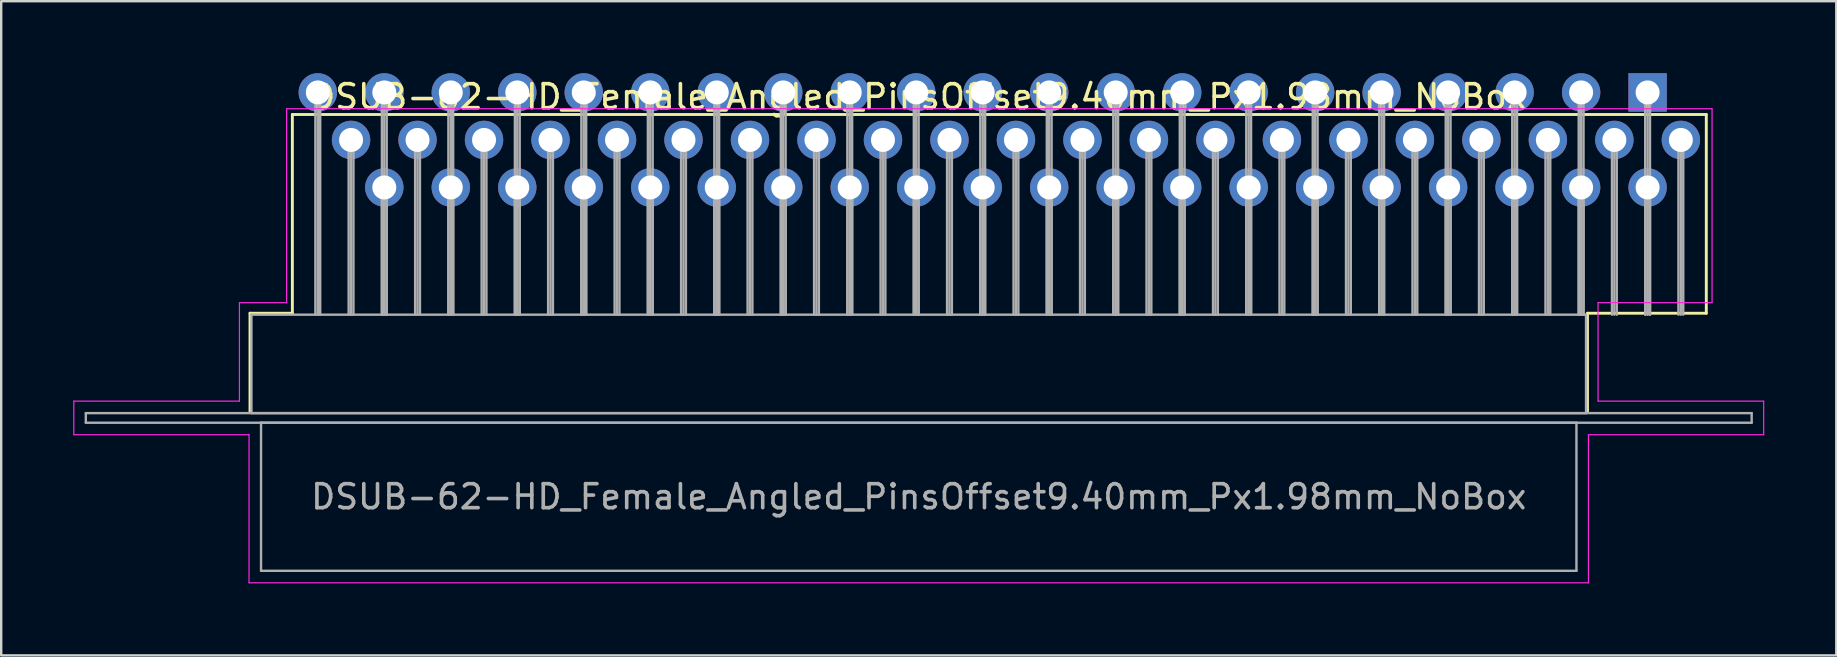
<source format=kicad_pcb>
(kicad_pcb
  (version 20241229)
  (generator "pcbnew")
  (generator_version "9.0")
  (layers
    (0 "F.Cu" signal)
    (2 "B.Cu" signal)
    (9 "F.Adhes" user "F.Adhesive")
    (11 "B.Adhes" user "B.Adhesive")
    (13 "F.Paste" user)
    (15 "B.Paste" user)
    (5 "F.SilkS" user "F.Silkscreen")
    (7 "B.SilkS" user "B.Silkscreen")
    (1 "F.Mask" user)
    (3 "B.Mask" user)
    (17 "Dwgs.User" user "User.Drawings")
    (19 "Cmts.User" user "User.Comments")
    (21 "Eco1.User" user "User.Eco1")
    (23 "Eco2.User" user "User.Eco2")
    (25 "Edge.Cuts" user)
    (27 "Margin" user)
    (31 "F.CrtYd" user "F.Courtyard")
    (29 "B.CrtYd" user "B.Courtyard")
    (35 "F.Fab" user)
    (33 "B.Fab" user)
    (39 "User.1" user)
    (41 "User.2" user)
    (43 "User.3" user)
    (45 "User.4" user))
  (footprint "DSUB-62-HD_Female_Angled_PinsOffset9.40mm_Px1.98mm_NoBox"
    (layer "F.Cu")
    (at 65.59 0.8)
    (property "Reference" "DSUB-62-HD_Female_Angled_PinsOffset9.40mm_Px1.98mm_NoBox" (at -30.365 0.18 0) (layer "F.SilkS") (effects (font (size 1 1) (thickness 0.15))))
    (attr through_hole)
    (fp_line (start -58.225 9.2) (end -56.46 9.2) (stroke (width 0.12) (type solid)) (layer "F.SilkS"))
    (fp_line (start -58.225 13.3) (end -58.225 9.2) (stroke (width 0.12) (type solid)) (layer "F.SilkS"))
    (fp_line (start -56.46 0.92) (end 2.445 0.92) (stroke (width 0.12) (type solid)) (layer "F.SilkS"))
    (fp_line (start -56.46 9.2) (end -56.46 0.92) (stroke (width 0.12) (type solid)) (layer "F.SilkS"))
    (fp_line (start -2.505 9.2) (end -2.505 13.3) (stroke (width 0.12) (type solid)) (layer "F.SilkS"))
    (fp_line (start -0.25 0.226) (end 0.25 0.226) (stroke (width 0.12) (type solid)) (layer "F.SilkS"))
    (fp_line (start 0 0.659) (end -0.25 0.226) (stroke (width 0.12) (type solid)) (layer "F.SilkS"))
    (fp_line (start 0.25 0.226) (end 0 0.659) (stroke (width 0.12) (type solid)) (layer "F.SilkS"))
    (fp_line (start 2.445 0.92) (end 2.445 9.2) (stroke (width 0.12) (type solid)) (layer "F.SilkS"))
    (fp_line (start 2.445 9.2) (end -2.505 9.2) (stroke (width 0.12) (type solid)) (layer "F.SilkS"))
    (fp_line (start -65.565 12.86) (end -58.665 12.86) (stroke (width 0.05) (type solid)) (layer "F.CrtYd"))
    (fp_line (start -65.565 14.26) (end -65.565 12.86) (stroke (width 0.05) (type solid)) (layer "F.CrtYd"))
    (fp_line (start -58.665 8.76) (end -56.7 8.76) (stroke (width 0.05) (type solid)) (layer "F.CrtYd"))
    (fp_line (start -58.665 12.86) (end -58.665 8.76) (stroke (width 0.05) (type solid)) (layer "F.CrtYd"))
    (fp_line (start -58.265 14.26) (end -65.565 14.26) (stroke (width 0.05) (type solid)) (layer "F.CrtYd"))
    (fp_line (start -58.265 20.43) (end -58.265 14.26) (stroke (width 0.05) (type solid)) (layer "F.CrtYd"))
    (fp_line (start -56.7 0.68) (end 2.685 0.68) (stroke (width 0.05) (type solid)) (layer "F.CrtYd"))
    (fp_line (start -56.7 8.76) (end -56.7 0.68) (stroke (width 0.05) (type solid)) (layer "F.CrtYd"))
    (fp_line (start -2.465 14.26) (end -2.465 20.43) (stroke (width 0.05) (type solid)) (layer "F.CrtYd"))
    (fp_line (start -2.465 20.43) (end -58.265 20.43) (stroke (width 0.05) (type solid)) (layer "F.CrtYd"))
    (fp_line (start -2.065 8.76) (end -2.065 12.86) (stroke (width 0.05) (type solid)) (layer "F.CrtYd"))
    (fp_line (start -2.065 12.86) (end 4.835 12.86) (stroke (width 0.05) (type solid)) (layer "F.CrtYd"))
    (fp_line (start 2.685 0.68) (end 2.685 8.76) (stroke (width 0.05) (type solid)) (layer "F.CrtYd"))
    (fp_line (start 2.685 8.76) (end -2.065 8.76) (stroke (width 0.05) (type solid)) (layer "F.CrtYd"))
    (fp_line (start 4.835 12.86) (end 4.835 14.26) (stroke (width 0.05) (type solid)) (layer "F.CrtYd"))
    (fp_line (start 4.835 14.26) (end -2.465 14.26) (stroke (width 0.05) (type solid)) (layer "F.CrtYd"))
    (fp_line (start -65.065 13.36) (end -65.065 13.76) (stroke (width 0.1) (type solid)) (layer "F.Fab"))
    (fp_line (start -65.065 13.76) (end 4.335 13.76) (stroke (width 0.1) (type solid)) (layer "F.Fab"))
    (fp_line (start -58.165 9.26) (end -58.165 13.36) (stroke (width 0.1) (type solid)) (layer "F.Fab"))
    (fp_line (start -58.165 13.36) (end -2.565 13.36) (stroke (width 0.1) (type solid)) (layer "F.Fab"))
    (fp_line (start -57.765 13.76) (end -57.765 19.93) (stroke (width 0.1) (type solid)) (layer "F.Fab"))
    (fp_line (start -57.765 19.93) (end -2.965 19.93) (stroke (width 0.1) (type solid)) (layer "F.Fab"))
    (fp_line (start -55.5 0) (end -55.5 9.26) (stroke (width 0.1) (type solid)) (layer "F.Fab"))
    (fp_line (start -55.4 0) (end -55.4 9.26) (stroke (width 0.1) (type solid)) (layer "F.Fab"))
    (fp_line (start -55.3 0) (end -55.3 9.26) (stroke (width 0.1) (type solid)) (layer "F.Fab"))
    (fp_line (start -54.115 1.98) (end -54.115 9.26) (stroke (width 0.1) (type solid)) (layer "F.Fab"))
    (fp_line (start -54.015 1.98) (end -54.015 9.26) (stroke (width 0.1) (type solid)) (layer "F.Fab"))
    (fp_line (start -53.915 1.98) (end -53.915 9.26) (stroke (width 0.1) (type solid)) (layer "F.Fab"))
    (fp_line (start -52.73 0) (end -52.73 9.26) (stroke (width 0.1) (type solid)) (layer "F.Fab"))
    (fp_line (start -52.73 3.96) (end -52.73 9.26) (stroke (width 0.1) (type solid)) (layer "F.Fab"))
    (fp_line (start -52.63 0) (end -52.63 9.26) (stroke (width 0.1) (type solid)) (layer "F.Fab"))
    (fp_line (start -52.63 3.96) (end -52.63 9.26) (stroke (width 0.1) (type solid)) (layer "F.Fab"))
    (fp_line (start -52.53 0) (end -52.53 9.26) (stroke (width 0.1) (type solid)) (layer "F.Fab"))
    (fp_line (start -52.53 3.96) (end -52.53 9.26) (stroke (width 0.1) (type solid)) (layer "F.Fab"))
    (fp_line (start -51.345 1.98) (end -51.345 9.26) (stroke (width 0.1) (type solid)) (layer "F.Fab"))
    (fp_line (start -51.245 1.98) (end -51.245 9.26) (stroke (width 0.1) (type solid)) (layer "F.Fab"))
    (fp_line (start -51.145 1.98) (end -51.145 9.26) (stroke (width 0.1) (type solid)) (layer "F.Fab"))
    (fp_line (start -49.96 0) (end -49.96 9.26) (stroke (width 0.1) (type solid)) (layer "F.Fab"))
    (fp_line (start -49.96 3.96) (end -49.96 9.26) (stroke (width 0.1) (type solid)) (layer "F.Fab"))
    (fp_line (start -49.86 0) (end -49.86 9.26) (stroke (width 0.1) (type solid)) (layer "F.Fab"))
    (fp_line (start -49.86 3.96) (end -49.86 9.26) (stroke (width 0.1) (type solid)) (layer "F.Fab"))
    (fp_line (start -49.76 0) (end -49.76 9.26) (stroke (width 0.1) (type solid)) (layer "F.Fab"))
    (fp_line (start -49.76 3.96) (end -49.76 9.26) (stroke (width 0.1) (type solid)) (layer "F.Fab"))
    (fp_line (start -48.575 1.98) (end -48.575 9.26) (stroke (width 0.1) (type solid)) (layer "F.Fab"))
    (fp_line (start -48.475 1.98) (end -48.475 9.26) (stroke (width 0.1) (type solid)) (layer "F.Fab"))
    (fp_line (start -48.375 1.98) (end -48.375 9.26) (stroke (width 0.1) (type solid)) (layer "F.Fab"))
    (fp_line (start -47.19 0) (end -47.19 9.26) (stroke (width 0.1) (type solid)) (layer "F.Fab"))
    (fp_line (start -47.19 3.96) (end -47.19 9.26) (stroke (width 0.1) (type solid)) (layer "F.Fab"))
    (fp_line (start -47.09 0) (end -47.09 9.26) (stroke (width 0.1) (type solid)) (layer "F.Fab"))
    (fp_line (start -47.09 3.96) (end -47.09 9.26) (stroke (width 0.1) (type solid)) (layer "F.Fab"))
    (fp_line (start -46.99 0) (end -46.99 9.26) (stroke (width 0.1) (type solid)) (layer "F.Fab"))
    (fp_line (start -46.99 3.96) (end -46.99 9.26) (stroke (width 0.1) (type solid)) (layer "F.Fab"))
    (fp_line (start -45.805 1.98) (end -45.805 9.26) (stroke (width 0.1) (type solid)) (layer "F.Fab"))
    (fp_line (start -45.705 1.98) (end -45.705 9.26) (stroke (width 0.1) (type solid)) (layer "F.Fab"))
    (fp_line (start -45.605 1.98) (end -45.605 9.26) (stroke (width 0.1) (type solid)) (layer "F.Fab"))
    (fp_line (start -44.42 0) (end -44.42 9.26) (stroke (width 0.1) (type solid)) (layer "F.Fab"))
    (fp_line (start -44.42 3.96) (end -44.42 9.26) (stroke (width 0.1) (type solid)) (layer "F.Fab"))
    (fp_line (start -44.32 0) (end -44.32 9.26) (stroke (width 0.1) (type solid)) (layer "F.Fab"))
    (fp_line (start -44.32 3.96) (end -44.32 9.26) (stroke (width 0.1) (type solid)) (layer "F.Fab"))
    (fp_line (start -44.22 0) (end -44.22 9.26) (stroke (width 0.1) (type solid)) (layer "F.Fab"))
    (fp_line (start -44.22 3.96) (end -44.22 9.26) (stroke (width 0.1) (type solid)) (layer "F.Fab"))
    (fp_line (start -43.035 1.98) (end -43.035 9.26) (stroke (width 0.1) (type solid)) (layer "F.Fab"))
    (fp_line (start -42.935 1.98) (end -42.935 9.26) (stroke (width 0.1) (type solid)) (layer "F.Fab"))
    (fp_line (start -42.835 1.98) (end -42.835 9.26) (stroke (width 0.1) (type solid)) (layer "F.Fab"))
    (fp_line (start -41.65 0) (end -41.65 9.26) (stroke (width 0.1) (type solid)) (layer "F.Fab"))
    (fp_line (start -41.65 3.96) (end -41.65 9.26) (stroke (width 0.1) (type solid)) (layer "F.Fab"))
    (fp_line (start -41.55 0) (end -41.55 9.26) (stroke (width 0.1) (type solid)) (layer "F.Fab"))
    (fp_line (start -41.55 3.96) (end -41.55 9.26) (stroke (width 0.1) (type solid)) (layer "F.Fab"))
    (fp_line (start -41.45 0) (end -41.45 9.26) (stroke (width 0.1) (type solid)) (layer "F.Fab"))
    (fp_line (start -41.45 3.96) (end -41.45 9.26) (stroke (width 0.1) (type solid)) (layer "F.Fab"))
    (fp_line (start -40.265 1.98) (end -40.265 9.26) (stroke (width 0.1) (type solid)) (layer "F.Fab"))
    (fp_line (start -40.165 1.98) (end -40.165 9.26) (stroke (width 0.1) (type solid)) (layer "F.Fab"))
    (fp_line (start -40.065 1.98) (end -40.065 9.26) (stroke (width 0.1) (type solid)) (layer "F.Fab"))
    (fp_line (start -38.88 0) (end -38.88 9.26) (stroke (width 0.1) (type solid)) (layer "F.Fab"))
    (fp_line (start -38.88 3.96) (end -38.88 9.26) (stroke (width 0.1) (type solid)) (layer "F.Fab"))
    (fp_line (start -38.78 0) (end -38.78 9.26) (stroke (width 0.1) (type solid)) (layer "F.Fab"))
    (fp_line (start -38.78 3.96) (end -38.78 9.26) (stroke (width 0.1) (type solid)) (layer "F.Fab"))
    (fp_line (start -38.68 0) (end -38.68 9.26) (stroke (width 0.1) (type solid)) (layer "F.Fab"))
    (fp_line (start -38.68 3.96) (end -38.68 9.26) (stroke (width 0.1) (type solid)) (layer "F.Fab"))
    (fp_line (start -37.495 1.98) (end -37.495 9.26) (stroke (width 0.1) (type solid)) (layer "F.Fab"))
    (fp_line (start -37.395 1.98) (end -37.395 9.26) (stroke (width 0.1) (type solid)) (layer "F.Fab"))
    (fp_line (start -37.295 1.98) (end -37.295 9.26) (stroke (width 0.1) (type solid)) (layer "F.Fab"))
    (fp_line (start -36.11 0) (end -36.11 9.26) (stroke (width 0.1) (type solid)) (layer "F.Fab"))
    (fp_line (start -36.11 3.96) (end -36.11 9.26) (stroke (width 0.1) (type solid)) (layer "F.Fab"))
    (fp_line (start -36.01 0) (end -36.01 9.26) (stroke (width 0.1) (type solid)) (layer "F.Fab"))
    (fp_line (start -36.01 3.96) (end -36.01 9.26) (stroke (width 0.1) (type solid)) (layer "F.Fab"))
    (fp_line (start -35.91 0) (end -35.91 9.26) (stroke (width 0.1) (type solid)) (layer "F.Fab"))
    (fp_line (start -35.91 3.96) (end -35.91 9.26) (stroke (width 0.1) (type solid)) (layer "F.Fab"))
    (fp_line (start -34.725 1.98) (end -34.725 9.26) (stroke (width 0.1) (type solid)) (layer "F.Fab"))
    (fp_line (start -34.625 1.98) (end -34.625 9.26) (stroke (width 0.1) (type solid)) (layer "F.Fab"))
    (fp_line (start -34.525 1.98) (end -34.525 9.26) (stroke (width 0.1) (type solid)) (layer "F.Fab"))
    (fp_line (start -33.34 0) (end -33.34 9.26) (stroke (width 0.1) (type solid)) (layer "F.Fab"))
    (fp_line (start -33.34 3.96) (end -33.34 9.26) (stroke (width 0.1) (type solid)) (layer "F.Fab"))
    (fp_line (start -33.24 0) (end -33.24 9.26) (stroke (width 0.1) (type solid)) (layer "F.Fab"))
    (fp_line (start -33.24 3.96) (end -33.24 9.26) (stroke (width 0.1) (type solid)) (layer "F.Fab"))
    (fp_line (start -33.14 0) (end -33.14 9.26) (stroke (width 0.1) (type solid)) (layer "F.Fab"))
    (fp_line (start -33.14 3.96) (end -33.14 9.26) (stroke (width 0.1) (type solid)) (layer "F.Fab"))
    (fp_line (start -31.955 1.98) (end -31.955 9.26) (stroke (width 0.1) (type solid)) (layer "F.Fab"))
    (fp_line (start -31.855 1.98) (end -31.855 9.26) (stroke (width 0.1) (type solid)) (layer "F.Fab"))
    (fp_line (start -31.755 1.98) (end -31.755 9.26) (stroke (width 0.1) (type solid)) (layer "F.Fab"))
    (fp_line (start -30.57 0) (end -30.57 9.26) (stroke (width 0.1) (type solid)) (layer "F.Fab"))
    (fp_line (start -30.57 3.96) (end -30.57 9.26) (stroke (width 0.1) (type solid)) (layer "F.Fab"))
    (fp_line (start -30.47 0) (end -30.47 9.26) (stroke (width 0.1) (type solid)) (layer "F.Fab"))
    (fp_line (start -30.47 3.96) (end -30.47 9.26) (stroke (width 0.1) (type solid)) (layer "F.Fab"))
    (fp_line (start -30.37 0) (end -30.37 9.26) (stroke (width 0.1) (type solid)) (layer "F.Fab"))
    (fp_line (start -30.37 3.96) (end -30.37 9.26) (stroke (width 0.1) (type solid)) (layer "F.Fab"))
    (fp_line (start -29.185 1.98) (end -29.185 9.26) (stroke (width 0.1) (type solid)) (layer "F.Fab"))
    (fp_line (start -29.085 1.98) (end -29.085 9.26) (stroke (width 0.1) (type solid)) (layer "F.Fab"))
    (fp_line (start -28.985 1.98) (end -28.985 9.26) (stroke (width 0.1) (type solid)) (layer "F.Fab"))
    (fp_line (start -27.8 0) (end -27.8 9.26) (stroke (width 0.1) (type solid)) (layer "F.Fab"))
    (fp_line (start -27.8 3.96) (end -27.8 9.26) (stroke (width 0.1) (type solid)) (layer "F.Fab"))
    (fp_line (start -27.7 0) (end -27.7 9.26) (stroke (width 0.1) (type solid)) (layer "F.Fab"))
    (fp_line (start -27.7 3.96) (end -27.7 9.26) (stroke (width 0.1) (type solid)) (layer "F.Fab"))
    (fp_line (start -27.6 0) (end -27.6 9.26) (stroke (width 0.1) (type solid)) (layer "F.Fab"))
    (fp_line (start -27.6 3.96) (end -27.6 9.26) (stroke (width 0.1) (type solid)) (layer "F.Fab"))
    (fp_line (start -26.415 1.98) (end -26.415 9.26) (stroke (width 0.1) (type solid)) (layer "F.Fab"))
    (fp_line (start -26.315 1.98) (end -26.315 9.26) (stroke (width 0.1) (type solid)) (layer "F.Fab"))
    (fp_line (start -26.215 1.98) (end -26.215 9.26) (stroke (width 0.1) (type solid)) (layer "F.Fab"))
    (fp_line (start -25.03 0) (end -25.03 9.26) (stroke (width 0.1) (type solid)) (layer "F.Fab"))
    (fp_line (start -25.03 3.96) (end -25.03 9.26) (stroke (width 0.1) (type solid)) (layer "F.Fab"))
    (fp_line (start -24.93 0) (end -24.93 9.26) (stroke (width 0.1) (type solid)) (layer "F.Fab"))
    (fp_line (start -24.93 3.96) (end -24.93 9.26) (stroke (width 0.1) (type solid)) (layer "F.Fab"))
    (fp_line (start -24.83 0) (end -24.83 9.26) (stroke (width 0.1) (type solid)) (layer "F.Fab"))
    (fp_line (start -24.83 3.96) (end -24.83 9.26) (stroke (width 0.1) (type solid)) (layer "F.Fab"))
    (fp_line (start -23.645 1.98) (end -23.645 9.26) (stroke (width 0.1) (type solid)) (layer "F.Fab"))
    (fp_line (start -23.545 1.98) (end -23.545 9.26) (stroke (width 0.1) (type solid)) (layer "F.Fab"))
    (fp_line (start -23.445 1.98) (end -23.445 9.26) (stroke (width 0.1) (type solid)) (layer "F.Fab"))
    (fp_line (start -22.26 0) (end -22.26 9.26) (stroke (width 0.1) (type solid)) (layer "F.Fab"))
    (fp_line (start -22.26 3.96) (end -22.26 9.26) (stroke (width 0.1) (type solid)) (layer "F.Fab"))
    (fp_line (start -22.16 0) (end -22.16 9.26) (stroke (width 0.1) (type solid)) (layer "F.Fab"))
    (fp_line (start -22.16 3.96) (end -22.16 9.26) (stroke (width 0.1) (type solid)) (layer "F.Fab"))
    (fp_line (start -22.06 0) (end -22.06 9.26) (stroke (width 0.1) (type solid)) (layer "F.Fab"))
    (fp_line (start -22.06 3.96) (end -22.06 9.26) (stroke (width 0.1) (type solid)) (layer "F.Fab"))
    (fp_line (start -20.875 1.98) (end -20.875 9.26) (stroke (width 0.1) (type solid)) (layer "F.Fab"))
    (fp_line (start -20.775 1.98) (end -20.775 9.26) (stroke (width 0.1) (type solid)) (layer "F.Fab"))
    (fp_line (start -20.675 1.98) (end -20.675 9.26) (stroke (width 0.1) (type solid)) (layer "F.Fab"))
    (fp_line (start -19.49 0) (end -19.49 9.26) (stroke (width 0.1) (type solid)) (layer "F.Fab"))
    (fp_line (start -19.49 3.96) (end -19.49 9.26) (stroke (width 0.1) (type solid)) (layer "F.Fab"))
    (fp_line (start -19.39 0) (end -19.39 9.26) (stroke (width 0.1) (type solid)) (layer "F.Fab"))
    (fp_line (start -19.39 3.96) (end -19.39 9.26) (stroke (width 0.1) (type solid)) (layer "F.Fab"))
    (fp_line (start -19.29 0) (end -19.29 9.26) (stroke (width 0.1) (type solid)) (layer "F.Fab"))
    (fp_line (start -19.29 3.96) (end -19.29 9.26) (stroke (width 0.1) (type solid)) (layer "F.Fab"))
    (fp_line (start -18.105 1.98) (end -18.105 9.26) (stroke (width 0.1) (type solid)) (layer "F.Fab"))
    (fp_line (start -18.005 1.98) (end -18.005 9.26) (stroke (width 0.1) (type solid)) (layer "F.Fab"))
    (fp_line (start -17.905 1.98) (end -17.905 9.26) (stroke (width 0.1) (type solid)) (layer "F.Fab"))
    (fp_line (start -16.72 0) (end -16.72 9.26) (stroke (width 0.1) (type solid)) (layer "F.Fab"))
    (fp_line (start -16.72 3.96) (end -16.72 9.26) (stroke (width 0.1) (type solid)) (layer "F.Fab"))
    (fp_line (start -16.62 0) (end -16.62 9.26) (stroke (width 0.1) (type solid)) (layer "F.Fab"))
    (fp_line (start -16.62 3.96) (end -16.62 9.26) (stroke (width 0.1) (type solid)) (layer "F.Fab"))
    (fp_line (start -16.52 0) (end -16.52 9.26) (stroke (width 0.1) (type solid)) (layer "F.Fab"))
    (fp_line (start -16.52 3.96) (end -16.52 9.26) (stroke (width 0.1) (type solid)) (layer "F.Fab"))
    (fp_line (start -15.335 1.98) (end -15.335 9.26) (stroke (width 0.1) (type solid)) (layer "F.Fab"))
    (fp_line (start -15.235 1.98) (end -15.235 9.26) (stroke (width 0.1) (type solid)) (layer "F.Fab"))
    (fp_line (start -15.135 1.98) (end -15.135 9.26) (stroke (width 0.1) (type solid)) (layer "F.Fab"))
    (fp_line (start -13.95 0) (end -13.95 9.26) (stroke (width 0.1) (type solid)) (layer "F.Fab"))
    (fp_line (start -13.95 3.96) (end -13.95 9.26) (stroke (width 0.1) (type solid)) (layer "F.Fab"))
    (fp_line (start -13.85 0) (end -13.85 9.26) (stroke (width 0.1) (type solid)) (layer "F.Fab"))
    (fp_line (start -13.85 3.96) (end -13.85 9.26) (stroke (width 0.1) (type solid)) (layer "F.Fab"))
    (fp_line (start -13.75 0) (end -13.75 9.26) (stroke (width 0.1) (type solid)) (layer "F.Fab"))
    (fp_line (start -13.75 3.96) (end -13.75 9.26) (stroke (width 0.1) (type solid)) (layer "F.Fab"))
    (fp_line (start -12.565 1.98) (end -12.565 9.26) (stroke (width 0.1) (type solid)) (layer "F.Fab"))
    (fp_line (start -12.465 1.98) (end -12.465 9.26) (stroke (width 0.1) (type solid)) (layer "F.Fab"))
    (fp_line (start -12.365 1.98) (end -12.365 9.26) (stroke (width 0.1) (type solid)) (layer "F.Fab"))
    (fp_line (start -11.18 0) (end -11.18 9.26) (stroke (width 0.1) (type solid)) (layer "F.Fab"))
    (fp_line (start -11.18 3.96) (end -11.18 9.26) (stroke (width 0.1) (type solid)) (layer "F.Fab"))
    (fp_line (start -11.08 0) (end -11.08 9.26) (stroke (width 0.1) (type solid)) (layer "F.Fab"))
    (fp_line (start -11.08 3.96) (end -11.08 9.26) (stroke (width 0.1) (type solid)) (layer "F.Fab"))
    (fp_line (start -10.98 0) (end -10.98 9.26) (stroke (width 0.1) (type solid)) (layer "F.Fab"))
    (fp_line (start -10.98 3.96) (end -10.98 9.26) (stroke (width 0.1) (type solid)) (layer "F.Fab"))
    (fp_line (start -9.795 1.98) (end -9.795 9.26) (stroke (width 0.1) (type solid)) (layer "F.Fab"))
    (fp_line (start -9.695 1.98) (end -9.695 9.26) (stroke (width 0.1) (type solid)) (layer "F.Fab"))
    (fp_line (start -9.595 1.98) (end -9.595 9.26) (stroke (width 0.1) (type solid)) (layer "F.Fab"))
    (fp_line (start -8.41 0) (end -8.41 9.26) (stroke (width 0.1) (type solid)) (layer "F.Fab"))
    (fp_line (start -8.41 3.96) (end -8.41 9.26) (stroke (width 0.1) (type solid)) (layer "F.Fab"))
    (fp_line (start -8.31 0) (end -8.31 9.26) (stroke (width 0.1) (type solid)) (layer "F.Fab"))
    (fp_line (start -8.31 3.96) (end -8.31 9.26) (stroke (width 0.1) (type solid)) (layer "F.Fab"))
    (fp_line (start -8.21 0) (end -8.21 9.26) (stroke (width 0.1) (type solid)) (layer "F.Fab"))
    (fp_line (start -8.21 3.96) (end -8.21 9.26) (stroke (width 0.1) (type solid)) (layer "F.Fab"))
    (fp_line (start -7.025 1.98) (end -7.025 9.26) (stroke (width 0.1) (type solid)) (layer "F.Fab"))
    (fp_line (start -6.925 1.98) (end -6.925 9.26) (stroke (width 0.1) (type solid)) (layer "F.Fab"))
    (fp_line (start -6.825 1.98) (end -6.825 9.26) (stroke (width 0.1) (type solid)) (layer "F.Fab"))
    (fp_line (start -5.64 0) (end -5.64 9.26) (stroke (width 0.1) (type solid)) (layer "F.Fab"))
    (fp_line (start -5.64 3.96) (end -5.64 9.26) (stroke (width 0.1) (type solid)) (layer "F.Fab"))
    (fp_line (start -5.54 0) (end -5.54 9.26) (stroke (width 0.1) (type solid)) (layer "F.Fab"))
    (fp_line (start -5.54 3.96) (end -5.54 9.26) (stroke (width 0.1) (type solid)) (layer "F.Fab"))
    (fp_line (start -5.44 0) (end -5.44 9.26) (stroke (width 0.1) (type solid)) (layer "F.Fab"))
    (fp_line (start -5.44 3.96) (end -5.44 9.26) (stroke (width 0.1) (type solid)) (layer "F.Fab"))
    (fp_line (start -4.255 1.98) (end -4.255 9.26) (stroke (width 0.1) (type solid)) (layer "F.Fab"))
    (fp_line (start -4.155 1.98) (end -4.155 9.26) (stroke (width 0.1) (type solid)) (layer "F.Fab"))
    (fp_line (start -4.055 1.98) (end -4.055 9.26) (stroke (width 0.1) (type solid)) (layer "F.Fab"))
    (fp_line (start -2.965 13.76) (end -57.765 13.76) (stroke (width 0.1) (type solid)) (layer "F.Fab"))
    (fp_line (start -2.965 19.93) (end -2.965 13.76) (stroke (width 0.1) (type solid)) (layer "F.Fab"))
    (fp_line (start -2.87 0) (end -2.87 9.26) (stroke (width 0.1) (type solid)) (layer "F.Fab"))
    (fp_line (start -2.87 3.96) (end -2.87 9.26) (stroke (width 0.1) (type solid)) (layer "F.Fab"))
    (fp_line (start -2.77 0) (end -2.77 9.26) (stroke (width 0.1) (type solid)) (layer "F.Fab"))
    (fp_line (start -2.77 3.96) (end -2.77 9.26) (stroke (width 0.1) (type solid)) (layer "F.Fab"))
    (fp_line (start -2.67 0) (end -2.67 9.26) (stroke (width 0.1) (type solid)) (layer "F.Fab"))
    (fp_line (start -2.67 3.96) (end -2.67 9.26) (stroke (width 0.1) (type solid)) (layer "F.Fab"))
    (fp_line (start -2.565 9.26) (end -58.165 9.26) (stroke (width 0.1) (type solid)) (layer "F.Fab"))
    (fp_line (start -2.565 13.36) (end -2.565 9.26) (stroke (width 0.1) (type solid)) (layer "F.Fab"))
    (fp_line (start -1.485 1.98) (end -1.485 9.26) (stroke (width 0.1) (type solid)) (layer "F.Fab"))
    (fp_line (start -1.385 1.98) (end -1.385 9.26) (stroke (width 0.1) (type solid)) (layer "F.Fab"))
    (fp_line (start -1.285 1.98) (end -1.285 9.26) (stroke (width 0.1) (type solid)) (layer "F.Fab"))
    (fp_line (start -0.1 0) (end -0.1 9.26) (stroke (width 0.1) (type solid)) (layer "F.Fab"))
    (fp_line (start -0.1 3.96) (end -0.1 9.26) (stroke (width 0.1) (type solid)) (layer "F.Fab"))
    (fp_line (start 0 0) (end 0 9.26) (stroke (width 0.1) (type solid)) (layer "F.Fab"))
    (fp_line (start 0 3.96) (end 0 9.26) (stroke (width 0.1) (type solid)) (layer "F.Fab"))
    (fp_line (start 0.1 0) (end 0.1 9.26) (stroke (width 0.1) (type solid)) (layer "F.Fab"))
    (fp_line (start 0.1 3.96) (end 0.1 9.26) (stroke (width 0.1) (type solid)) (layer "F.Fab"))
    (fp_line (start 1.285 1.98) (end 1.285 9.26) (stroke (width 0.1) (type solid)) (layer "F.Fab"))
    (fp_line (start 1.385 1.98) (end 1.385 9.26) (stroke (width 0.1) (type solid)) (layer "F.Fab"))
    (fp_line (start 1.485 1.98) (end 1.485 9.26) (stroke (width 0.1) (type solid)) (layer "F.Fab"))
    (fp_line (start 4.335 13.36) (end -65.065 13.36) (stroke (width 0.1) (type solid)) (layer "F.Fab"))
    (fp_line (start 4.335 13.76) (end 4.335 13.36) (stroke (width 0.1) (type solid)) (layer "F.Fab"))
    (fp_text user "${REFERENCE}" (at -30.365 16.845 0) (layer "F.Fab") (effects (font (size 1 1) (thickness 0.15))))
    (pad "1" thru_hole rect (at 0 0) (size 1.6 1.6) (drill 1) (layers "*.Cu" "*.Mask"))
    (pad "2" thru_hole circle (at -2.77 0) (size 1.6 1.6) (drill 1) (layers "*.Cu" "*.Mask"))
    (pad "3" thru_hole circle (at -5.54 0) (size 1.6 1.6) (drill 1) (layers "*.Cu" "*.Mask"))
    (pad "4" thru_hole circle (at -8.31 0) (size 1.6 1.6) (drill 1) (layers "*.Cu" "*.Mask"))
    (pad "5" thru_hole circle (at -11.08 0) (size 1.6 1.6) (drill 1) (layers "*.Cu" "*.Mask"))
    (pad "6" thru_hole circle (at -13.85 0) (size 1.6 1.6) (drill 1) (layers "*.Cu" "*.Mask"))
    (pad "7" thru_hole circle (at -16.62 0) (size 1.6 1.6) (drill 1) (layers "*.Cu" "*.Mask"))
    (pad "8" thru_hole circle (at -19.39 0) (size 1.6 1.6) (drill 1) (layers "*.Cu" "*.Mask"))
    (pad "9" thru_hole circle (at -22.16 0) (size 1.6 1.6) (drill 1) (layers "*.Cu" "*.Mask"))
    (pad "10" thru_hole circle (at -24.93 0) (size 1.6 1.6) (drill 1) (layers "*.Cu" "*.Mask"))
    (pad "11" thru_hole circle (at -27.7 0) (size 1.6 1.6) (drill 1) (layers "*.Cu" "*.Mask"))
    (pad "12" thru_hole circle (at -30.47 0) (size 1.6 1.6) (drill 1) (layers "*.Cu" "*.Mask"))
    (pad "13" thru_hole circle (at -33.24 0) (size 1.6 1.6) (drill 1) (layers "*.Cu" "*.Mask"))
    (pad "14" thru_hole circle (at -36.01 0) (size 1.6 1.6) (drill 1) (layers "*.Cu" "*.Mask"))
    (pad "15" thru_hole circle (at -38.78 0) (size 1.6 1.6) (drill 1) (layers "*.Cu" "*.Mask"))
    (pad "16" thru_hole circle (at -41.55 0) (size 1.6 1.6) (drill 1) (layers "*.Cu" "*.Mask"))
    (pad "17" thru_hole circle (at -44.32 0) (size 1.6 1.6) (drill 1) (layers "*.Cu" "*.Mask"))
    (pad "18" thru_hole circle (at -47.09 0) (size 1.6 1.6) (drill 1) (layers "*.Cu" "*.Mask"))
    (pad "19" thru_hole circle (at -49.86 0) (size 1.6 1.6) (drill 1) (layers "*.Cu" "*.Mask"))
    (pad "20" thru_hole circle (at -52.63 0) (size 1.6 1.6) (drill 1) (layers "*.Cu" "*.Mask"))
    (pad "21" thru_hole circle (at -55.4 0) (size 1.6 1.6) (drill 1) (layers "*.Cu" "*.Mask"))
    (pad "22" thru_hole circle (at 1.385 1.98) (size 1.6 1.6) (drill 1) (layers "*.Cu" "*.Mask"))
    (pad "23" thru_hole circle (at -1.385 1.98) (size 1.6 1.6) (drill 1) (layers "*.Cu" "*.Mask"))
    (pad "24" thru_hole circle (at -4.155 1.98) (size 1.6 1.6) (drill 1) (layers "*.Cu" "*.Mask"))
    (pad "25" thru_hole circle (at -6.925 1.98) (size 1.6 1.6) (drill 1) (layers "*.Cu" "*.Mask"))
    (pad "26" thru_hole circle (at -9.695 1.98) (size 1.6 1.6) (drill 1) (layers "*.Cu" "*.Mask"))
    (pad "27" thru_hole circle (at -12.465 1.98) (size 1.6 1.6) (drill 1) (layers "*.Cu" "*.Mask"))
    (pad "28" thru_hole circle (at -15.235 1.98) (size 1.6 1.6) (drill 1) (layers "*.Cu" "*.Mask"))
    (pad "29" thru_hole circle (at -18.005 1.98) (size 1.6 1.6) (drill 1) (layers "*.Cu" "*.Mask"))
    (pad "30" thru_hole circle (at -20.775 1.98) (size 1.6 1.6) (drill 1) (layers "*.Cu" "*.Mask"))
    (pad "31" thru_hole circle (at -23.545 1.98) (size 1.6 1.6) (drill 1) (layers "*.Cu" "*.Mask"))
    (pad "32" thru_hole circle (at -26.315 1.98) (size 1.6 1.6) (drill 1) (layers "*.Cu" "*.Mask"))
    (pad "33" thru_hole circle (at -29.085 1.98) (size 1.6 1.6) (drill 1) (layers "*.Cu" "*.Mask"))
    (pad "34" thru_hole circle (at -31.855 1.98) (size 1.6 1.6) (drill 1) (layers "*.Cu" "*.Mask"))
    (pad "35" thru_hole circle (at -34.625 1.98) (size 1.6 1.6) (drill 1) (layers "*.Cu" "*.Mask"))
    (pad "36" thru_hole circle (at -37.395 1.98) (size 1.6 1.6) (drill 1) (layers "*.Cu" "*.Mask"))
    (pad "37" thru_hole circle (at -40.165 1.98) (size 1.6 1.6) (drill 1) (layers "*.Cu" "*.Mask"))
    (pad "38" thru_hole circle (at -42.935 1.98) (size 1.6 1.6) (drill 1) (layers "*.Cu" "*.Mask"))
    (pad "39" thru_hole circle (at -45.705 1.98) (size 1.6 1.6) (drill 1) (layers "*.Cu" "*.Mask"))
    (pad "40" thru_hole circle (at -48.475 1.98) (size 1.6 1.6) (drill 1) (layers "*.Cu" "*.Mask"))
    (pad "41" thru_hole circle (at -51.245 1.98) (size 1.6 1.6) (drill 1) (layers "*.Cu" "*.Mask"))
    (pad "42" thru_hole circle (at -54.015 1.98) (size 1.6 1.6) (drill 1) (layers "*.Cu" "*.Mask"))
    (pad "43" thru_hole circle (at 0 3.96) (size 1.6 1.6) (drill 1) (layers "*.Cu" "*.Mask"))
    (pad "44" thru_hole circle (at -2.77 3.96) (size 1.6 1.6) (drill 1) (layers "*.Cu" "*.Mask"))
    (pad "45" thru_hole circle (at -5.54 3.96) (size 1.6 1.6) (drill 1) (layers "*.Cu" "*.Mask"))
    (pad "46" thru_hole circle (at -8.31 3.96) (size 1.6 1.6) (drill 1) (layers "*.Cu" "*.Mask"))
    (pad "47" thru_hole circle (at -11.08 3.96) (size 1.6 1.6) (drill 1) (layers "*.Cu" "*.Mask"))
    (pad "48" thru_hole circle (at -13.85 3.96) (size 1.6 1.6) (drill 1) (layers "*.Cu" "*.Mask"))
    (pad "49" thru_hole circle (at -16.62 3.96) (size 1.6 1.6) (drill 1) (layers "*.Cu" "*.Mask"))
    (pad "50" thru_hole circle (at -19.39 3.96) (size 1.6 1.6) (drill 1) (layers "*.Cu" "*.Mask"))
    (pad "51" thru_hole circle (at -22.16 3.96) (size 1.6 1.6) (drill 1) (layers "*.Cu" "*.Mask"))
    (pad "52" thru_hole circle (at -24.93 3.96) (size 1.6 1.6) (drill 1) (layers "*.Cu" "*.Mask"))
    (pad "53" thru_hole circle (at -27.7 3.96) (size 1.6 1.6) (drill 1) (layers "*.Cu" "*.Mask"))
    (pad "54" thru_hole circle (at -30.47 3.96) (size 1.6 1.6) (drill 1) (layers "*.Cu" "*.Mask"))
    (pad "55" thru_hole circle (at -33.24 3.96) (size 1.6 1.6) (drill 1) (layers "*.Cu" "*.Mask"))
    (pad "56" thru_hole circle (at -36.01 3.96) (size 1.6 1.6) (drill 1) (layers "*.Cu" "*.Mask"))
    (pad "57" thru_hole circle (at -38.78 3.96) (size 1.6 1.6) (drill 1) (layers "*.Cu" "*.Mask"))
    (pad "58" thru_hole circle (at -41.55 3.96) (size 1.6 1.6) (drill 1) (layers "*.Cu" "*.Mask"))
    (pad "59" thru_hole circle (at -44.32 3.96) (size 1.6 1.6) (drill 1) (layers "*.Cu" "*.Mask"))
    (pad "60" thru_hole circle (at -47.09 3.96) (size 1.6 1.6) (drill 1) (layers "*.Cu" "*.Mask"))
    (pad "61" thru_hole circle (at -49.86 3.96) (size 1.6 1.6) (drill 1) (layers "*.Cu" "*.Mask"))
    (pad "62" thru_hole circle (at -52.63 3.96) (size 1.6 1.6) (drill 1) (layers "*.Cu" "*.Mask")))
  (gr_rect
    (start -3 -3)
    (end 73.45 24.255)
    (stroke (width 0.1) (type default))
    (fill no)
    (layer "Edge.Cuts")))
</source>
